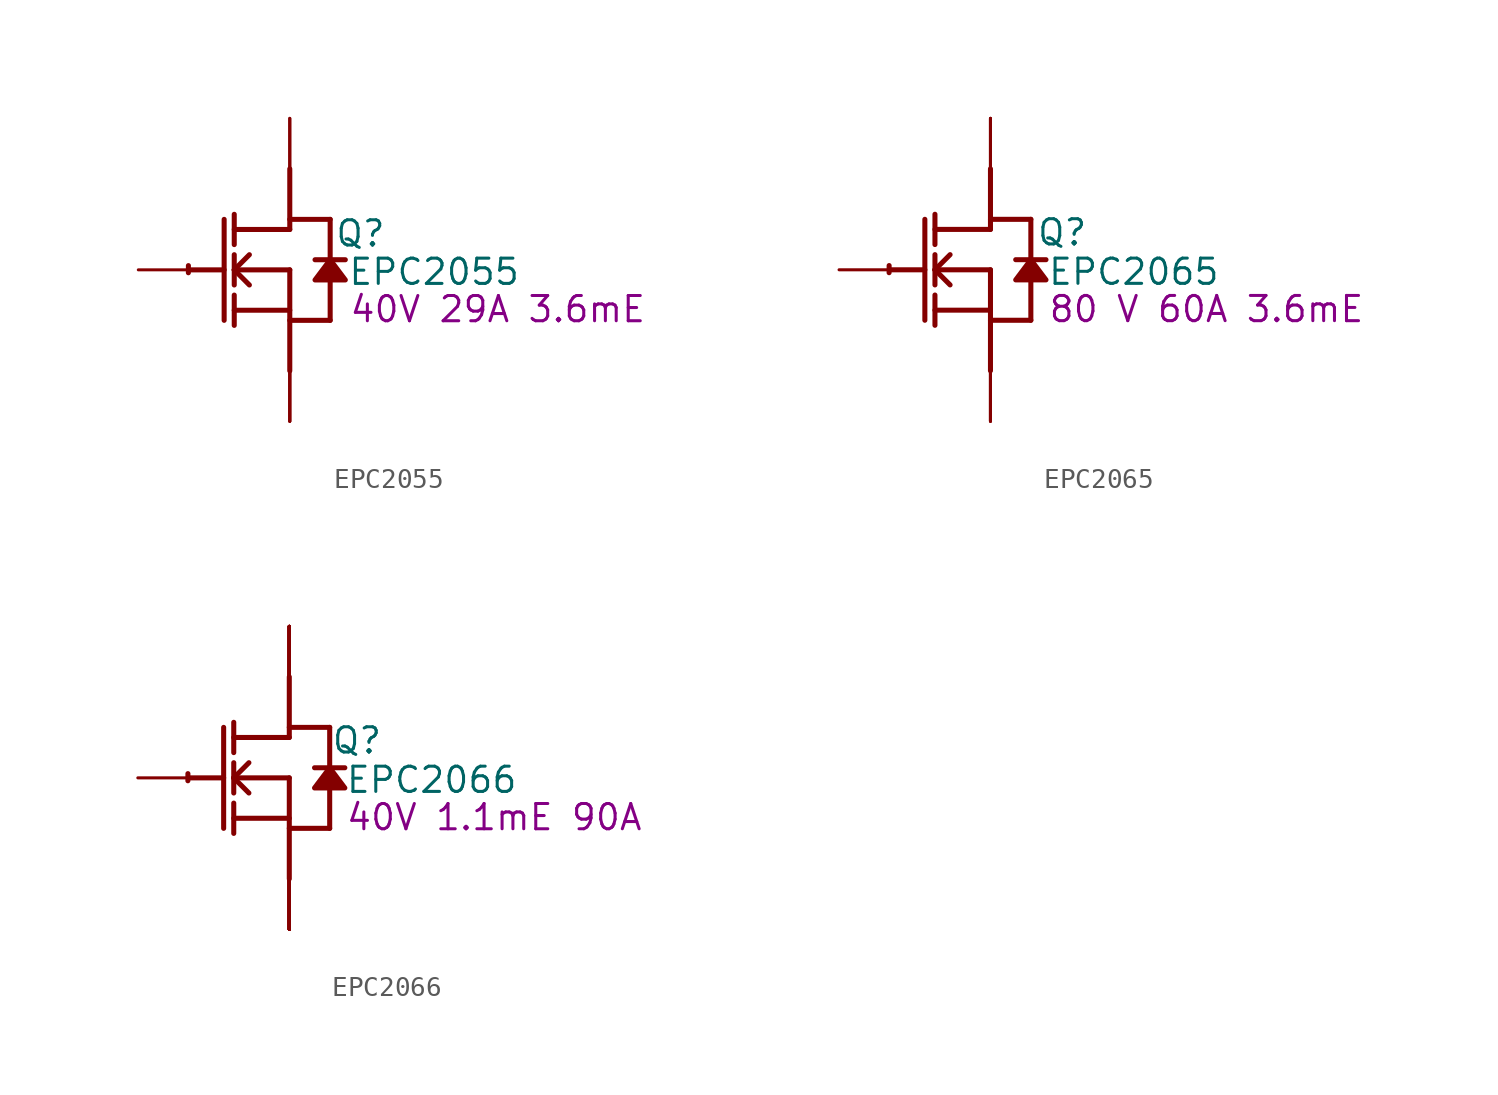
<source format=kicad_sym>
(kicad_symbol_lib
  (version 20220914)
  (generator kicad_symbol_editor)
  (symbol "EPC2055"
    (property "Reference" "Q"
      (at 3.556 1.829 0)
      (effects (font (size 1.27 1.27))))
    (property "Value" "EPC2055"
      (at 7.264 -0.102 0)
      (effects (font (size 1.27 1.27))))
    (property "Description" "40V 29A 3.6mE"
      (at 10.465 -1.981 0)
      (effects (font (size 1.27 1.27))))
    (symbol "EPC2055_1_0"
      (arc (start -5.0996 0.2128) (mid -5.1039 0.0331) (end -5.1019 -0.1467) (stroke (width 0.254) (type solid)) (fill (type none)))
      (polyline (pts (xy -5.08 0) (xy -3.302 0)) (stroke (width 0.254) (type solid)) (fill (type none)))
      (polyline (pts (xy -3.302 2.54) (xy -3.302 -2.54)) (stroke (width 0.254) (type solid)) (fill (type none)))
      (polyline (pts (xy -2.794 -2.794) (xy -2.794 -1.27)) (stroke (width 0.254) (type solid)) (fill (type none)))
      (polyline (pts (xy -2.794 -2.032) (xy 0 -2.032)) (stroke (width 0.254) (type solid)) (fill (type none)))
      (polyline (pts (xy -2.794 -0.762) (xy -2.794 0.762)) (stroke (width 0.254) (type solid)) (fill (type none)))
      (polyline (pts (xy -2.794 0) (xy -2.032 0.762)) (stroke (width 0.254) (type solid)) (fill (type none)))
      (polyline (pts (xy -2.794 0) (xy 0 0)) (stroke (width 0.254) (type solid)) (fill (type none)))
      (polyline (pts (xy -2.794 1.27) (xy -2.794 2.794)) (stroke (width 0.254) (type solid)) (fill (type none)))
      (polyline (pts (xy -2.032 -0.762) (xy -2.794 0)) (stroke (width 0.254) (type solid)) (fill (type none)))
      (polyline (pts (xy 0 -2.54) (xy 2.032 -2.54)) (stroke (width 0.254) (type solid)) (fill (type none)))
      (polyline (pts (xy 0 0) (xy 0 -5.08)) (stroke (width 0.254) (type solid)) (fill (type none)))
      (polyline (pts (xy 0 2.032) (xy -2.794 2.032)) (stroke (width 0.254) (type solid)) (fill (type none)))
      (polyline (pts (xy 0 2.032) (xy 0 5.08)) (stroke (width 0.254) (type solid)) (fill (type none)))
      (polyline (pts (xy 0 2.54) (xy 2.032 2.54)) (stroke (width 0.254) (type solid)) (fill (type none)))
      (polyline (pts (xy 2.032 -0.508) (xy 2.032 -2.54)) (stroke (width 0.254) (type solid)) (fill (type none)))
      (polyline (pts (xy 2.032 2.54) (xy 2.032 0.508)) (stroke (width 0.254) (type solid)) (fill (type none)))
      (polyline (pts (xy 2.794 0.508) (xy 1.27 0.508)) (stroke (width 0.254) (type solid)) (fill (type none)))
      (polyline (pts (xy 2.032 0.508) (xy 1.27 -0.508) (xy 2.794 -0.508) (xy 2.032 0.508)) (stroke (width 0.254) (type solid)) (fill (type outline)))
      (pin passive line (at -7.62 0 0) (length 2.54) (name "G" (effects (font (size 0 0)))) (number "1" (effects (font (size 0 0)))))
      (pin open_emitter line (at 0 -7.62 90) (length 2.54) (name "S" (effects (font (size 0 0)))) (number "2" (effects (font (size 0 0)))))
      (pin open_collector line (at 0 7.62 270) (length 2.54) (name "D" (effects (font (size 0 0)))) (number "3" (effects (font (size 0 0)))))
      (pin open_emitter line (at 0 -7.62 90) (length 2.54) (name "S" (effects (font (size 0 0)))) (number "4" (effects (font (size 0 0)))))
      (pin open_collector line (at 0 7.62 270) (length 2.54) (name "D" (effects (font (size 0 0)))) (number "5" (effects (font (size 0 0)))))
      (pin open_emitter line (at 0 -7.62 90) (length 2.54) (name "S" (effects (font (size 0 0)))) (number "6" (effects (font (size 0 0)))))))
  (symbol "EPC2065"
    (property "Reference" "Q"
      (at 3.607 1.88 0)
      (effects (font (size 1.27 1.27))))
    (property "Value" "EPC2065"
      (at 7.214 -0.102 0)
      (effects (font (size 1.27 1.27))))
    (property "Description" "80 V 60A 3.6mE"
      (at 10.871 -1.981 0)
      (effects (font (size 1.27 1.27))))
    (symbol "EPC2065_1_0"
      (arc (start -5.0996 0.2128) (mid -5.1039 0.0331) (end -5.1019 -0.1467) (stroke (width 0.254) (type solid)) (fill (type none)))
      (polyline (pts (xy -5.08 0) (xy -3.302 0)) (stroke (width 0.254) (type solid)) (fill (type none)))
      (polyline (pts (xy -3.302 2.54) (xy -3.302 -2.54)) (stroke (width 0.254) (type solid)) (fill (type none)))
      (polyline (pts (xy -2.794 -2.794) (xy -2.794 -1.27)) (stroke (width 0.254) (type solid)) (fill (type none)))
      (polyline (pts (xy -2.794 -2.032) (xy 0 -2.032)) (stroke (width 0.254) (type solid)) (fill (type none)))
      (polyline (pts (xy -2.794 -0.762) (xy -2.794 0.762)) (stroke (width 0.254) (type solid)) (fill (type none)))
      (polyline (pts (xy -2.794 0) (xy -2.032 0.762)) (stroke (width 0.254) (type solid)) (fill (type none)))
      (polyline (pts (xy -2.794 0) (xy 0 0)) (stroke (width 0.254) (type solid)) (fill (type none)))
      (polyline (pts (xy -2.794 1.27) (xy -2.794 2.794)) (stroke (width 0.254) (type solid)) (fill (type none)))
      (polyline (pts (xy -2.032 -0.762) (xy -2.794 0)) (stroke (width 0.254) (type solid)) (fill (type none)))
      (polyline (pts (xy 0 -2.54) (xy 2.032 -2.54)) (stroke (width 0.254) (type solid)) (fill (type none)))
      (polyline (pts (xy 0 0) (xy 0 -5.08)) (stroke (width 0.254) (type solid)) (fill (type none)))
      (polyline (pts (xy 0 2.032) (xy -2.794 2.032)) (stroke (width 0.254) (type solid)) (fill (type none)))
      (polyline (pts (xy 0 2.032) (xy 0 5.08)) (stroke (width 0.254) (type solid)) (fill (type none)))
      (polyline (pts (xy 0 2.54) (xy 2.032 2.54)) (stroke (width 0.254) (type solid)) (fill (type none)))
      (polyline (pts (xy 2.032 -0.508) (xy 2.032 -2.54)) (stroke (width 0.254) (type solid)) (fill (type none)))
      (polyline (pts (xy 2.032 2.54) (xy 2.032 0.508)) (stroke (width 0.254) (type solid)) (fill (type none)))
      (polyline (pts (xy 2.794 0.508) (xy 1.27 0.508)) (stroke (width 0.254) (type solid)) (fill (type none)))
      (polyline (pts (xy 2.032 0.508) (xy 1.27 -0.508) (xy 2.794 -0.508) (xy 2.032 0.508)) (stroke (width 0.254) (type solid)) (fill (type outline)))
      (pin passive line (at -7.62 0 0) (length 2.54) (name "G" (effects (font (size 0 0)))) (number "1" (effects (font (size 0 0)))))
      (pin passive line (at 0 -7.62 90) (length 2.54) (name "S" (effects (font (size 0 0)))) (number "2" (effects (font (size 0 0)))))
      (pin passive line (at 0 7.62 270) (length 2.54) (name "D" (effects (font (size 0 0)))) (number "3" (effects (font (size 0 0)))))
      (pin passive line (at 0 -7.62 90) (length 2.54) (name "S" (effects (font (size 0 0)))) (number "4" (effects (font (size 0 0)))))
      (pin passive line (at 0 7.62 270) (length 2.54) (name "D" (effects (font (size 0 0)))) (number "5" (effects (font (size 0 0)))))
      (pin passive line (at 0 -7.62 90) (length 2.54) (name "S" (effects (font (size 0 0)))) (number "6" (effects (font (size 0 0)))))
      (pin passive line (at 0 7.62 270) (length 2.54) (name "D" (effects (font (size 0 0)))) (number "7" (effects (font (size 0 0)))))
      (pin passive line (at 0 -7.62 90) (length 2.54) (name "S" (effects (font (size 0 0)))) (number "8" (effects (font (size 0 0)))))))
  (symbol "EPC2066"
    (property "Reference" "Q"
      (at 3.404 1.88 0)
      (effects (font (size 1.27 1.27))))
    (property "Value" "EPC2066"
      (at 7.163 -0.102 0)
      (effects (font (size 1.27 1.27))))
    (property "Description" "40V 1.1mE 90A"
      (at 10.312 -1.981 0)
      (effects (font (size 1.27 1.27))))
    (symbol "EPC2066_1_0"
      (arc (start -5.0996 0.2128) (mid -5.1039 0.0331) (end -5.1019 -0.1467) (stroke (width 0.254) (type solid)) (fill (type none)))
      (polyline (pts (xy -5.08 0) (xy -3.302 0)) (stroke (width 0.254) (type solid)) (fill (type none)))
      (polyline (pts (xy -3.302 2.54) (xy -3.302 -2.54)) (stroke (width 0.254) (type solid)) (fill (type none)))
      (polyline (pts (xy -2.794 -2.794) (xy -2.794 -1.27)) (stroke (width 0.254) (type solid)) (fill (type none)))
      (polyline (pts (xy -2.794 -2.032) (xy 0 -2.032)) (stroke (width 0.254) (type solid)) (fill (type none)))
      (polyline (pts (xy -2.794 -0.762) (xy -2.794 0.762)) (stroke (width 0.254) (type solid)) (fill (type none)))
      (polyline (pts (xy -2.794 0) (xy -2.032 0.762)) (stroke (width 0.254) (type solid)) (fill (type none)))
      (polyline (pts (xy -2.794 0) (xy 0 0)) (stroke (width 0.254) (type solid)) (fill (type none)))
      (polyline (pts (xy -2.794 1.27) (xy -2.794 2.794)) (stroke (width 0.254) (type solid)) (fill (type none)))
      (polyline (pts (xy -2.032 -0.762) (xy -2.794 0)) (stroke (width 0.254) (type solid)) (fill (type none)))
      (polyline (pts (xy 0 -2.54) (xy 2.032 -2.54)) (stroke (width 0.254) (type solid)) (fill (type none)))
      (polyline (pts (xy 0 0) (xy 0 -5.08)) (stroke (width 0.254) (type solid)) (fill (type none)))
      (polyline (pts (xy 0 2.032) (xy -2.794 2.032)) (stroke (width 0.254) (type solid)) (fill (type none)))
      (polyline (pts (xy 0 2.032) (xy 0 5.08)) (stroke (width 0.254) (type solid)) (fill (type none)))
      (polyline (pts (xy 0 2.54) (xy 2.032 2.54)) (stroke (width 0.254) (type solid)) (fill (type none)))
      (polyline (pts (xy 2.032 -0.508) (xy 2.032 -2.54)) (stroke (width 0.254) (type solid)) (fill (type none)))
      (polyline (pts (xy 2.032 2.54) (xy 2.032 0.508)) (stroke (width 0.254) (type solid)) (fill (type none)))
      (polyline (pts (xy 2.794 0.508) (xy 1.27 0.508)) (stroke (width 0.254) (type solid)) (fill (type none)))
      (polyline (pts (xy 2.032 0.508) (xy 1.27 -0.508) (xy 2.794 -0.508) (xy 2.032 0.508)) (stroke (width 0.254) (type solid)) (fill (type outline)))
      (pin passive line (at -7.62 0 0) (length 2.54) (name "G" (effects (font (size 0 0)))) (number "1" (effects (font (size 0 0)))))
      (pin open_emitter line (at 0 -7.62 90) (length 2.54) (name "S5" (effects (font (size 0 0)))) (number "10" (effects (font (size 0 0)))))
      (pin open_collector line (at 0 7.62 270) (length 2.54) (name "D5" (effects (font (size 0 0)))) (number "11" (effects (font (size 0 0)))))
      (pin open_collector line (at 0 7.62 270) (length 2.54) (name "D6" (effects (font (size 0 0)))) (number "12" (effects (font (size 0 0)))))
      (pin open_emitter line (at 0 -7.62 90) (length 2.54) (name "S6" (effects (font (size 0 0)))) (number "13" (effects (font (size 0 0)))))
      (pin open_emitter line (at 0 -7.62 90) (length 2.54) (name "S7" (effects (font (size 0 0)))) (number "14" (effects (font (size 0 0)))))
      (pin open_collector line (at 0 7.62 270) (length 2.54) (name "D7" (effects (font (size 0 0)))) (number "15" (effects (font (size 0 0)))))
      (pin open_collector line (at 0 7.62 270) (length 2.54) (name "D8" (effects (font (size 0 0)))) (number "16" (effects (font (size 0 0)))))
      (pin open_emitter line (at 0 -7.62 90) (length 2.54) (name "S8" (effects (font (size 0 0)))) (number "17" (effects (font (size 0 0)))))
      (pin open_emitter line (at 0 -7.62 90) (length 2.54) (name "S9" (effects (font (size 0 0)))) (number "18" (effects (font (size 0 0)))))
      (pin open_collector line (at 0 7.62 270) (length 2.54) (name "D9" (effects (font (size 0 0)))) (number "19" (effects (font (size 0 0)))))
      (pin open_emitter line (at 0 -7.62 90) (length 2.54) (name "S1" (effects (font (size 0 0)))) (number "2" (effects (font (size 0 0)))))
      (pin open_collector line (at 0 7.62 270) (length 2.54) (name "D10" (effects (font (size 0 0)))) (number "20" (effects (font (size 0 0)))))
      (pin open_emitter line (at 0 -7.62 90) (length 2.54) (name "S10" (effects (font (size 0 0)))) (number "21" (effects (font (size 0 0)))))
      (pin open_emitter line (at 0 -7.62 90) (length 2.54) (name "S11" (effects (font (size 0 0)))) (number "22" (effects (font (size 0 0)))))
      (pin open_collector line (at 0 7.62 270) (length 2.54) (name "D11" (effects (font (size 0 0)))) (number "23" (effects (font (size 0 0)))))
      (pin open_collector line (at 0 7.62 270) (length 2.54) (name "D12" (effects (font (size 0 0)))) (number "24" (effects (font (size 0 0)))))
      (pin open_emitter line (at 0 -7.62 90) (length 2.54) (name "S12" (effects (font (size 0 0)))) (number "25" (effects (font (size 0 0)))))
      (pin open_emitter line (at 0 -7.62 90) (length 2.54) (name "S13" (effects (font (size 0 0)))) (number "26" (effects (font (size 0 0)))))
      (pin open_collector line (at 0 7.62 270) (length 2.54) (name "D13" (effects (font (size 0 0)))) (number "27" (effects (font (size 0 0)))))
      (pin open_collector line (at 0 7.62 270) (length 2.54) (name "D14" (effects (font (size 0 0)))) (number "28" (effects (font (size 0 0)))))
      (pin open_emitter line (at 0 -7.62 90) (length 2.54) (name "S14" (effects (font (size 0 0)))) (number "29" (effects (font (size 0 0)))))
      (pin open_collector line (at 0 7.62 270) (length 2.54) (name "D1" (effects (font (size 0 0)))) (number "3" (effects (font (size 0 0)))))
      (pin open_emitter line (at 0 -7.62 90) (length 2.54) (name "Sub" (effects (font (size 0 0)))) (number "30" (effects (font (size 0 0)))))
      (pin open_collector line (at 0 7.62 270) (length 2.54) (name "D2" (effects (font (size 0 0)))) (number "4" (effects (font (size 0 0)))))
      (pin open_emitter line (at 0 -7.62 90) (length 2.54) (name "S2" (effects (font (size 0 0)))) (number "5" (effects (font (size 0 0)))))
      (pin open_emitter line (at 0 -7.62 90) (length 2.54) (name "S3" (effects (font (size 0 0)))) (number "6" (effects (font (size 0 0)))))
      (pin open_collector line (at 0 7.62 270) (length 2.54) (name "D3" (effects (font (size 0 0)))) (number "7" (effects (font (size 0 0)))))
      (pin open_collector line (at 0 7.62 270) (length 2.54) (name "D4" (effects (font (size 0 0)))) (number "8" (effects (font (size 0 0)))))
      (pin open_emitter line (at 0 -7.62 90) (length 2.54) (name "S4" (effects (font (size 0 0)))) (number "9" (effects (font (size 0 0))))))))
</source>
